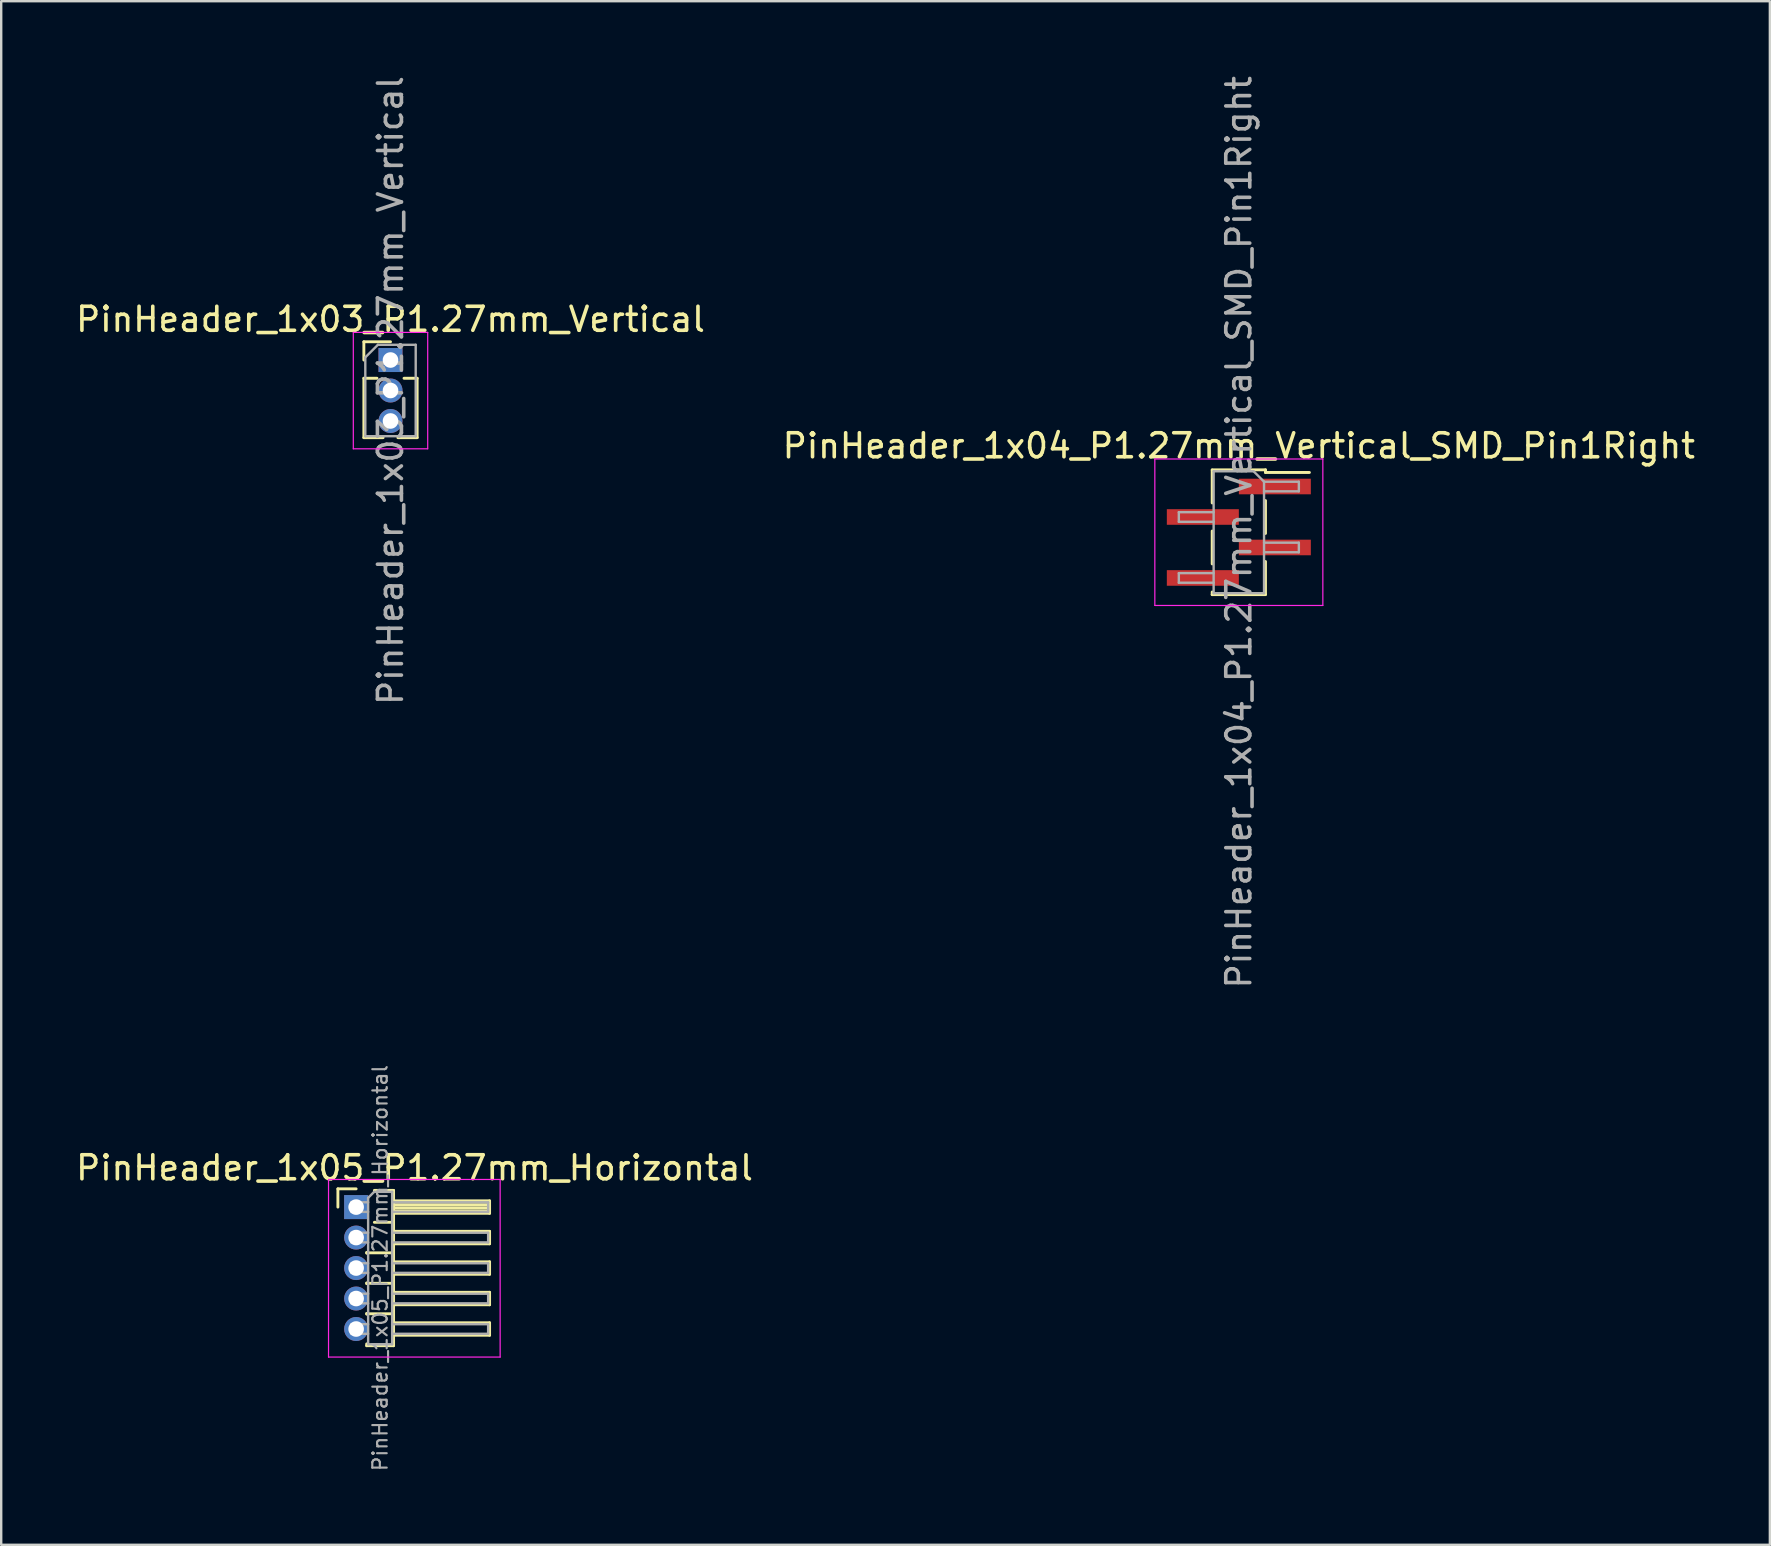
<source format=kicad_pcb>
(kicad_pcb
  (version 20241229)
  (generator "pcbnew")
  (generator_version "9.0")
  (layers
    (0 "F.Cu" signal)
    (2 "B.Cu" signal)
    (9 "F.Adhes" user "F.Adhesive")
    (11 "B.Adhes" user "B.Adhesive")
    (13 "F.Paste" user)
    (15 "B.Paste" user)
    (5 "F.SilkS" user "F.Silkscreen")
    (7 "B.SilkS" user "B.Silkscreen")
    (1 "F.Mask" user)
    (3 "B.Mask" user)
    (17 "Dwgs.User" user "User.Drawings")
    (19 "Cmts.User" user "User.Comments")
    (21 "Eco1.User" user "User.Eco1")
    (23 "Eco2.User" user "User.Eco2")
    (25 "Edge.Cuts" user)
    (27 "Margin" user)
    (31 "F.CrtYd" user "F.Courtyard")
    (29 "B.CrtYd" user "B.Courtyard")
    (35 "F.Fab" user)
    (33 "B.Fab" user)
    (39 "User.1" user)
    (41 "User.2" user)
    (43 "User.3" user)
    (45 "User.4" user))
  (footprint "PinHeader_1x04_P1.27mm_Vertical_SMD_Pin1Right"
    (layer "F.Cu")
    (at 48.565 19.125)
    (property "Reference" "PinHeader_1x04_P1.27mm_Vertical_SMD_Pin1Right" (at 0 -3.6 0) (layer "F.SilkS") (effects (font (size 1 1) (thickness 0.15))))
    (attr smd)
    (fp_line (start -1.11 -2.6) (end 1.11 -2.6) (stroke (width 0.12) (type solid)) (layer "F.SilkS"))
    (fp_line (start -1.11 -2.59) (end -1.11 -1.22) (stroke (width 0.12) (type solid)) (layer "F.SilkS"))
    (fp_line (start -1.11 -0.05) (end -1.11 1.32) (stroke (width 0.12) (type solid)) (layer "F.SilkS"))
    (fp_line (start -1.11 2.49) (end -1.11 2.6) (stroke (width 0.12) (type solid)) (layer "F.SilkS"))
    (fp_line (start -1.11 2.6) (end 1.11 2.6) (stroke (width 0.12) (type solid)) (layer "F.SilkS"))
    (fp_line (start 1.11 -2.6) (end 1.11 -2.49) (stroke (width 0.12) (type solid)) (layer "F.SilkS"))
    (fp_line (start 1.11 -2.49) (end 2.94 -2.49) (stroke (width 0.12) (type solid)) (layer "F.SilkS"))
    (fp_line (start 1.11 -1.32) (end 1.11 0.05) (stroke (width 0.12) (type solid)) (layer "F.SilkS"))
    (fp_line (start 1.11 1.22) (end 1.11 2.59) (stroke (width 0.12) (type solid)) (layer "F.SilkS"))
    (fp_line (start -3.5 -3.05) (end -3.5 3.05) (stroke (width 0.05) (type solid)) (layer "F.CrtYd"))
    (fp_line (start -3.5 3.05) (end 3.5 3.05) (stroke (width 0.05) (type solid)) (layer "F.CrtYd"))
    (fp_line (start 3.5 -3.05) (end -3.5 -3.05) (stroke (width 0.05) (type solid)) (layer "F.CrtYd"))
    (fp_line (start 3.5 3.05) (end 3.5 -3.05) (stroke (width 0.05) (type solid)) (layer "F.CrtYd"))
    (fp_line (start -2.5 -0.835) (end -2.5 -0.435) (stroke (width 0.1) (type solid)) (layer "F.Fab"))
    (fp_line (start -2.5 -0.435) (end -1.05 -0.435) (stroke (width 0.1) (type solid)) (layer "F.Fab"))
    (fp_line (start -2.5 1.705) (end -2.5 2.105) (stroke (width 0.1) (type solid)) (layer "F.Fab"))
    (fp_line (start -2.5 2.105) (end -1.05 2.105) (stroke (width 0.1) (type solid)) (layer "F.Fab"))
    (fp_line (start -1.05 -2.54) (end -1.05 2.54) (stroke (width 0.1) (type solid)) (layer "F.Fab"))
    (fp_line (start -1.05 -2.54) (end 0.615 -2.54) (stroke (width 0.1) (type solid)) (layer "F.Fab"))
    (fp_line (start -1.05 -0.835) (end -2.5 -0.835) (stroke (width 0.1) (type solid)) (layer "F.Fab"))
    (fp_line (start -1.05 1.705) (end -2.5 1.705) (stroke (width 0.1) (type solid)) (layer "F.Fab"))
    (fp_line (start 1.05 -2.105) (end 0.615 -2.54) (stroke (width 0.1) (type solid)) (layer "F.Fab"))
    (fp_line (start 1.05 -2.105) (end 2.5 -2.105) (stroke (width 0.1) (type solid)) (layer "F.Fab"))
    (fp_line (start 1.05 0.435) (end 2.5 0.435) (stroke (width 0.1) (type solid)) (layer "F.Fab"))
    (fp_line (start 1.05 2.54) (end -1.05 2.54) (stroke (width 0.1) (type solid)) (layer "F.Fab"))
    (fp_line (start 1.05 2.54) (end 1.05 -2.105) (stroke (width 0.1) (type solid)) (layer "F.Fab"))
    (fp_line (start 2.5 -2.105) (end 2.5 -1.705) (stroke (width 0.1) (type solid)) (layer "F.Fab"))
    (fp_line (start 2.5 -1.705) (end 1.05 -1.705) (stroke (width 0.1) (type solid)) (layer "F.Fab"))
    (fp_line (start 2.5 0.435) (end 2.5 0.835) (stroke (width 0.1) (type solid)) (layer "F.Fab"))
    (fp_line (start 2.5 0.835) (end 1.05 0.835) (stroke (width 0.1) (type solid)) (layer "F.Fab"))
    (fp_text user "${REFERENCE}" (at 0 0 90) (layer "F.Fab") (effects (font (size 1 1) (thickness 0.15))))
    (pad "1" smd rect (at 1.5 -1.905) (size 3 0.65) (layers "F.Cu" "F.Mask" "F.Paste"))
    (pad "2" smd rect (at -1.5 -0.635) (size 3 0.65) (layers "F.Cu" "F.Mask" "F.Paste"))
    (pad "3" smd rect (at 1.5 0.635) (size 3 0.65) (layers "F.Cu" "F.Mask" "F.Paste"))
    (pad "4" smd rect (at -1.5 1.905) (size 3 0.65) (layers "F.Cu" "F.Mask" "F.Paste")))
  (footprint "PinHeader_1x03_P1.27mm_Vertical"
    (layer "F.Cu")
    (at 13.22 11.95)
    (property "Reference" "PinHeader_1x03_P1.27mm_Vertical" (at 0 -1.695 0) (layer "F.SilkS") (effects (font (size 1 1) (thickness 0.15))))
    (attr through_hole)
    (fp_line (start -1.11 -0.76) (end 0 -0.76) (stroke (width 0.12) (type solid)) (layer "F.SilkS"))
    (fp_line (start -1.11 0) (end -1.11 -0.76) (stroke (width 0.12) (type solid)) (layer "F.SilkS"))
    (fp_line (start -1.11 0.76) (end -1.11 3.235) (stroke (width 0.12) (type solid)) (layer "F.SilkS"))
    (fp_line (start -1.11 0.76) (end -0.563 0.76) (stroke (width 0.12) (type solid)) (layer "F.SilkS"))
    (fp_line (start -1.11 3.235) (end -0.308 3.235) (stroke (width 0.12) (type solid)) (layer "F.SilkS"))
    (fp_line (start 0.308 3.235) (end 1.11 3.235) (stroke (width 0.12) (type solid)) (layer "F.SilkS"))
    (fp_line (start 0.563 0.76) (end 1.11 0.76) (stroke (width 0.12) (type solid)) (layer "F.SilkS"))
    (fp_line (start 1.11 0.76) (end 1.11 3.235) (stroke (width 0.12) (type solid)) (layer "F.SilkS"))
    (fp_line (start -1.55 -1.15) (end -1.55 3.7) (stroke (width 0.05) (type solid)) (layer "F.CrtYd"))
    (fp_line (start -1.55 3.7) (end 1.55 3.7) (stroke (width 0.05) (type solid)) (layer "F.CrtYd"))
    (fp_line (start 1.55 -1.15) (end -1.55 -1.15) (stroke (width 0.05) (type solid)) (layer "F.CrtYd"))
    (fp_line (start 1.55 3.7) (end 1.55 -1.15) (stroke (width 0.05) (type solid)) (layer "F.CrtYd"))
    (fp_line (start -1.05 -0.11) (end -0.525 -0.635) (stroke (width 0.1) (type solid)) (layer "F.Fab"))
    (fp_line (start -1.05 3.175) (end -1.05 -0.11) (stroke (width 0.1) (type solid)) (layer "F.Fab"))
    (fp_line (start -0.525 -0.635) (end 1.05 -0.635) (stroke (width 0.1) (type solid)) (layer "F.Fab"))
    (fp_line (start 1.05 -0.635) (end 1.05 3.175) (stroke (width 0.1) (type solid)) (layer "F.Fab"))
    (fp_line (start 1.05 3.175) (end -1.05 3.175) (stroke (width 0.1) (type solid)) (layer "F.Fab"))
    (fp_text user "${REFERENCE}" (at 0 1.27 90) (layer "F.Fab") (effects (font (size 1 1) (thickness 0.15))))
    (pad "1" thru_hole rect (at 0 0) (size 1 1) (drill 0.65) (layers "*.Cu" "*.Mask"))
    (pad "2" thru_hole oval (at 0 1.27) (size 1 1) (drill 0.65) (layers "*.Cu" "*.Mask"))
    (pad "3" thru_hole oval (at 0 2.54) (size 1 1) (drill 0.65) (layers "*.Cu" "*.Mask")))
  (footprint "PinHeader_1x05_P1.27mm_Horizontal"
    (layer "F.Cu")
    (at 11.788 47.242)
    (property "Reference" "PinHeader_1x05_P1.27mm_Horizontal" (at 2.433 -1.635 0) (layer "F.SilkS") (effects (font (size 1 1) (thickness 0.15))))
    (attr through_hole)
    (fp_line (start -0.76 -0.76) (end 0 -0.76) (stroke (width 0.12) (type solid)) (layer "F.SilkS"))
    (fp_line (start -0.76 0) (end -0.76 -0.76) (stroke (width 0.12) (type solid)) (layer "F.SilkS"))
    (fp_line (start 0.44 1.89) (end 0.44 1.92) (stroke (width 0.12) (type solid)) (layer "F.SilkS"))
    (fp_line (start 0.44 1.905) (end 1.56 1.905) (stroke (width 0.12) (type solid)) (layer "F.SilkS"))
    (fp_line (start 0.44 3.16) (end 0.44 3.19) (stroke (width 0.12) (type solid)) (layer "F.SilkS"))
    (fp_line (start 0.44 3.175) (end 1.56 3.175) (stroke (width 0.12) (type solid)) (layer "F.SilkS"))
    (fp_line (start 0.44 4.43) (end 0.44 4.46) (stroke (width 0.12) (type solid)) (layer "F.SilkS"))
    (fp_line (start 0.44 4.445) (end 1.56 4.445) (stroke (width 0.12) (type solid)) (layer "F.SilkS"))
    (fp_line (start 0.44 5.775) (end 0.44 5.7) (stroke (width 0.12) (type solid)) (layer "F.SilkS"))
    (fp_line (start 0.76 -0.695) (end 1.56 -0.695) (stroke (width 0.12) (type solid)) (layer "F.SilkS"))
    (fp_line (start 0.76 0.635) (end 1.56 0.635) (stroke (width 0.12) (type solid)) (layer "F.SilkS"))
    (fp_line (start 1.56 -0.695) (end 1.56 5.775) (stroke (width 0.12) (type solid)) (layer "F.SilkS"))
    (fp_line (start 1.56 -0.26) (end 5.56 -0.26) (stroke (width 0.12) (type solid)) (layer "F.SilkS"))
    (fp_line (start 1.56 -0.2) (end 5.56 -0.2) (stroke (width 0.12) (type solid)) (layer "F.SilkS"))
    (fp_line (start 1.56 -0.08) (end 5.56 -0.08) (stroke (width 0.12) (type solid)) (layer "F.SilkS"))
    (fp_line (start 1.56 0.04) (end 5.56 0.04) (stroke (width 0.12) (type solid)) (layer "F.SilkS"))
    (fp_line (start 1.56 0.16) (end 5.56 0.16) (stroke (width 0.12) (type solid)) (layer "F.SilkS"))
    (fp_line (start 1.56 1.01) (end 5.56 1.01) (stroke (width 0.12) (type solid)) (layer "F.SilkS"))
    (fp_line (start 1.56 2.28) (end 5.56 2.28) (stroke (width 0.12) (type solid)) (layer "F.SilkS"))
    (fp_line (start 1.56 3.55) (end 5.56 3.55) (stroke (width 0.12) (type solid)) (layer "F.SilkS"))
    (fp_line (start 1.56 4.82) (end 5.56 4.82) (stroke (width 0.12) (type solid)) (layer "F.SilkS"))
    (fp_line (start 1.56 5.775) (end 0.44 5.775) (stroke (width 0.12) (type solid)) (layer "F.SilkS"))
    (fp_line (start 5.56 -0.26) (end 5.56 0.26) (stroke (width 0.12) (type solid)) (layer "F.SilkS"))
    (fp_line (start 5.56 0.26) (end 1.56 0.26) (stroke (width 0.12) (type solid)) (layer "F.SilkS"))
    (fp_line (start 5.56 1.01) (end 5.56 1.53) (stroke (width 0.12) (type solid)) (layer "F.SilkS"))
    (fp_line (start 5.56 1.53) (end 1.56 1.53) (stroke (width 0.12) (type solid)) (layer "F.SilkS"))
    (fp_line (start 5.56 2.28) (end 5.56 2.8) (stroke (width 0.12) (type solid)) (layer "F.SilkS"))
    (fp_line (start 5.56 2.8) (end 1.56 2.8) (stroke (width 0.12) (type solid)) (layer "F.SilkS"))
    (fp_line (start 5.56 3.55) (end 5.56 4.07) (stroke (width 0.12) (type solid)) (layer "F.SilkS"))
    (fp_line (start 5.56 4.07) (end 1.56 4.07) (stroke (width 0.12) (type solid)) (layer "F.SilkS"))
    (fp_line (start 5.56 4.82) (end 5.56 5.34) (stroke (width 0.12) (type solid)) (layer "F.SilkS"))
    (fp_line (start 5.56 5.34) (end 1.56 5.34) (stroke (width 0.12) (type solid)) (layer "F.SilkS"))
    (fp_line (start -1.15 -1.15) (end -1.15 6.25) (stroke (width 0.05) (type solid)) (layer "F.CrtYd"))
    (fp_line (start -1.15 6.25) (end 6 6.25) (stroke (width 0.05) (type solid)) (layer "F.CrtYd"))
    (fp_line (start 6 -1.15) (end -1.15 -1.15) (stroke (width 0.05) (type solid)) (layer "F.CrtYd"))
    (fp_line (start 6 6.25) (end 6 -1.15) (stroke (width 0.05) (type solid)) (layer "F.CrtYd"))
    (fp_line (start -0.2 -0.2) (end -0.2 0.2) (stroke (width 0.1) (type solid)) (layer "F.Fab"))
    (fp_line (start -0.2 -0.2) (end 0.5 -0.2) (stroke (width 0.1) (type solid)) (layer "F.Fab"))
    (fp_line (start -0.2 0.2) (end 0.5 0.2) (stroke (width 0.1) (type solid)) (layer "F.Fab"))
    (fp_line (start -0.2 1.07) (end -0.2 1.47) (stroke (width 0.1) (type solid)) (layer "F.Fab"))
    (fp_line (start -0.2 1.07) (end 0.5 1.07) (stroke (width 0.1) (type solid)) (layer "F.Fab"))
    (fp_line (start -0.2 1.47) (end 0.5 1.47) (stroke (width 0.1) (type solid)) (layer "F.Fab"))
    (fp_line (start -0.2 2.34) (end -0.2 2.74) (stroke (width 0.1) (type solid)) (layer "F.Fab"))
    (fp_line (start -0.2 2.34) (end 0.5 2.34) (stroke (width 0.1) (type solid)) (layer "F.Fab"))
    (fp_line (start -0.2 2.74) (end 0.5 2.74) (stroke (width 0.1) (type solid)) (layer "F.Fab"))
    (fp_line (start -0.2 3.61) (end -0.2 4.01) (stroke (width 0.1) (type solid)) (layer "F.Fab"))
    (fp_line (start -0.2 3.61) (end 0.5 3.61) (stroke (width 0.1) (type solid)) (layer "F.Fab"))
    (fp_line (start -0.2 4.01) (end 0.5 4.01) (stroke (width 0.1) (type solid)) (layer "F.Fab"))
    (fp_line (start -0.2 4.88) (end -0.2 5.28) (stroke (width 0.1) (type solid)) (layer "F.Fab"))
    (fp_line (start -0.2 4.88) (end 0.5 4.88) (stroke (width 0.1) (type solid)) (layer "F.Fab"))
    (fp_line (start -0.2 5.28) (end 0.5 5.28) (stroke (width 0.1) (type solid)) (layer "F.Fab"))
    (fp_line (start 0.5 -0.385) (end 0.75 -0.635) (stroke (width 0.1) (type solid)) (layer "F.Fab"))
    (fp_line (start 0.5 5.715) (end 0.5 -0.385) (stroke (width 0.1) (type solid)) (layer "F.Fab"))
    (fp_line (start 0.75 -0.635) (end 1.5 -0.635) (stroke (width 0.1) (type solid)) (layer "F.Fab"))
    (fp_line (start 1.5 -0.635) (end 1.5 5.715) (stroke (width 0.1) (type solid)) (layer "F.Fab"))
    (fp_line (start 1.5 -0.2) (end 5.5 -0.2) (stroke (width 0.1) (type solid)) (layer "F.Fab"))
    (fp_line (start 1.5 0.2) (end 5.5 0.2) (stroke (width 0.1) (type solid)) (layer "F.Fab"))
    (fp_line (start 1.5 1.07) (end 5.5 1.07) (stroke (width 0.1) (type solid)) (layer "F.Fab"))
    (fp_line (start 1.5 1.47) (end 5.5 1.47) (stroke (width 0.1) (type solid)) (layer "F.Fab"))
    (fp_line (start 1.5 2.34) (end 5.5 2.34) (stroke (width 0.1) (type solid)) (layer "F.Fab"))
    (fp_line (start 1.5 2.74) (end 5.5 2.74) (stroke (width 0.1) (type solid)) (layer "F.Fab"))
    (fp_line (start 1.5 3.61) (end 5.5 3.61) (stroke (width 0.1) (type solid)) (layer "F.Fab"))
    (fp_line (start 1.5 4.01) (end 5.5 4.01) (stroke (width 0.1) (type solid)) (layer "F.Fab"))
    (fp_line (start 1.5 4.88) (end 5.5 4.88) (stroke (width 0.1) (type solid)) (layer "F.Fab"))
    (fp_line (start 1.5 5.28) (end 5.5 5.28) (stroke (width 0.1) (type solid)) (layer "F.Fab"))
    (fp_line (start 1.5 5.715) (end 0.5 5.715) (stroke (width 0.1) (type solid)) (layer "F.Fab"))
    (fp_line (start 5.5 -0.2) (end 5.5 0.2) (stroke (width 0.1) (type solid)) (layer "F.Fab"))
    (fp_line (start 5.5 1.07) (end 5.5 1.47) (stroke (width 0.1) (type solid)) (layer "F.Fab"))
    (fp_line (start 5.5 2.34) (end 5.5 2.74) (stroke (width 0.1) (type solid)) (layer "F.Fab"))
    (fp_line (start 5.5 3.61) (end 5.5 4.01) (stroke (width 0.1) (type solid)) (layer "F.Fab"))
    (fp_line (start 5.5 4.88) (end 5.5 5.28) (stroke (width 0.1) (type solid)) (layer "F.Fab"))
    (fp_text user "${REFERENCE}" (at 1 2.54 90) (layer "F.Fab") (effects (font (size 0.6 0.6) (thickness 0.09))))
    (pad "1" thru_hole rect (at 0 0) (size 1 1) (drill 0.65) (layers "*.Cu" "*.Mask"))
    (pad "2" thru_hole oval (at 0 1.27) (size 1 1) (drill 0.65) (layers "*.Cu" "*.Mask"))
    (pad "3" thru_hole oval (at 0 2.54) (size 1 1) (drill 0.65) (layers "*.Cu" "*.Mask"))
    (pad "4" thru_hole oval (at 0 3.81) (size 1 1) (drill 0.65) (layers "*.Cu" "*.Mask"))
    (pad "5" thru_hole oval (at 0 5.08) (size 1 1) (drill 0.65) (layers "*.Cu" "*.Mask")))
  (gr_rect
    (start -3 -3)
    (end 70.69 61.314)
    (stroke (width 0.1) (type default))
    (fill no)
    (layer "Edge.Cuts")))
</source>
